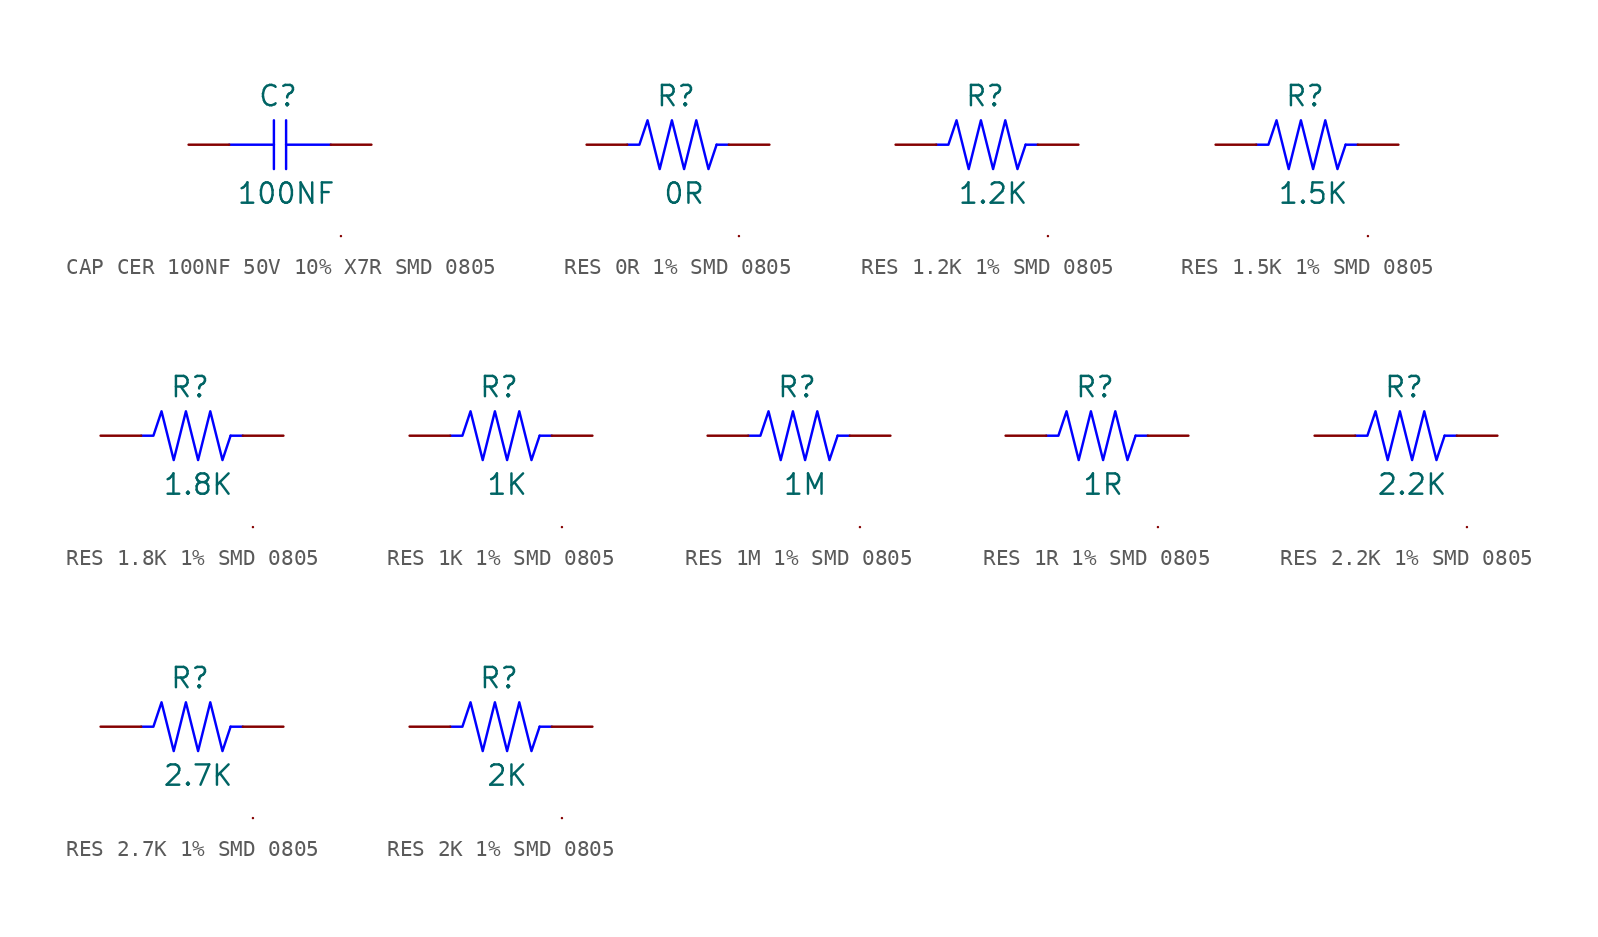
<source format=kicad_sym>
(kicad_symbol_lib
  (version 20231120)
  (generator "kicad_symbol_editor")
  (generator_version "8.0")
  (symbol "CAP CER 100NF 50V 10% X7R SMD 0805"
    (pin_numbers hide)
    (pin_names
      (offset 0) hide)
    (property "Reference" "C"
      (at -0.762 3.048 0)
      (effects (font (size 1.27 1.27))))
    (property "Value" "100NF"
      (at -0.254 -3.048 0)
      (effects (font (size 1.27 1.27))))
    (symbol "CAP CER 100NF 50V 10% X7R SMD 0805_0_1"
      (polyline (pts (xy -1.016 -1.524) (xy -1.016 1.524)) (stroke (width 0) (type default) (color 0 0 255 1)) (fill (type none)))
      (polyline (pts (xy -1.016 0) (xy -3.81 0)) (stroke (width 0) (type default) (color 0 0 255 1)) (fill (type none)))
      (polyline (pts (xy -0.254 0) (xy 2.54 0)) (stroke (width 0) (type default) (color 0 0 255 1)) (fill (type none)))
      (polyline (pts (xy -0.254 1.524) (xy -0.254 -1.524)) (stroke (width 0) (type default) (color 0 0 255 1)) (fill (type none)))
      (polyline (pts (xy 3.175 -5.715) (xy 3.175 -5.715)) (stroke (width 0) (type default)) (fill (type none))))
    (symbol "CAP CER 100NF 50V 10% X7R SMD 0805_1_1"
      (pin passive line (at -6.35 0 0) (length 2.54) (name "1" (effects (font (size 1.27 1.27)))) (number "1" (effects (font (size 1.27 1.27)))))
      (pin passive line (at 5.08 0 180) (length 2.54) (name "2" (effects (font (size 1.27 1.27)))) (number "2" (effects (font (size 1.27 1.27)))))))
  (symbol "RES 0R 1% SMD 0805"
    (pin_numbers hide)
    (pin_names
      (offset 0) hide)
    (property "Reference" "R"
      (at -0.762 3.048 0)
      (effects (font (size 1.27 1.27))))
    (property "Value" "0R"
      (at -0.254 -3.048 0)
      (effects (font (size 1.27 1.27))))
    (symbol "RES 0R 1% SMD 0805_0_1"
      (polyline (pts (xy 1.778 0) (xy 2.54 0)) (stroke (width 0) (type default) (color 0 0 255 1)) (fill (type none)))
      (polyline (pts (xy 3.175 -5.715) (xy 3.175 -5.715)) (stroke (width 0) (type default)) (fill (type none)))
      (polyline (pts (xy -3.81 0) (xy -3.048 0) (xy -2.54 1.524) (xy -1.778 -1.524) (xy -1.016 1.524) (xy -0.254 -1.524) (xy 0.508 1.524) (xy 1.27 -1.524) (xy 1.778 0)) (stroke (width 0) (type default) (color 0 0 255 1)) (fill (type none))))
    (symbol "RES 0R 1% SMD 0805_1_1"
      (pin passive line (at -6.35 0 0) (length 2.54) (name "1" (effects (font (size 1.27 1.27)))) (number "1" (effects (font (size 1.27 1.27)))))
      (pin passive line (at 5.08 0 180) (length 2.54) (name "2" (effects (font (size 1.27 1.27)))) (number "2" (effects (font (size 1.27 1.27)))))))
  (symbol "RES 1.2K 1% SMD 0805"
    (pin_numbers hide)
    (pin_names
      (offset 0) hide)
    (property "Reference" "R"
      (at -0.762 3.048 0)
      (effects (font (size 1.27 1.27))))
    (property "Value" "1.2K"
      (at -0.254 -3.048 0)
      (effects (font (size 1.27 1.27))))
    (symbol "RES 1.2K 1% SMD 0805_0_1"
      (polyline (pts (xy 1.778 0) (xy 2.54 0)) (stroke (width 0) (type default) (color 0 0 255 1)) (fill (type none)))
      (polyline (pts (xy 3.175 -5.715) (xy 3.175 -5.715)) (stroke (width 0) (type default)) (fill (type none)))
      (polyline (pts (xy -3.81 0) (xy -3.048 0) (xy -2.54 1.524) (xy -1.778 -1.524) (xy -1.016 1.524) (xy -0.254 -1.524) (xy 0.508 1.524) (xy 1.27 -1.524) (xy 1.778 0)) (stroke (width 0) (type default) (color 0 0 255 1)) (fill (type none))))
    (symbol "RES 1.2K 1% SMD 0805_1_1"
      (pin passive line (at -6.35 0 0) (length 2.54) (name "1" (effects (font (size 1.27 1.27)))) (number "1" (effects (font (size 1.27 1.27)))))
      (pin passive line (at 5.08 0 180) (length 2.54) (name "2" (effects (font (size 1.27 1.27)))) (number "2" (effects (font (size 1.27 1.27)))))))
  (symbol "RES 1.5K 1% SMD 0805"
    (pin_numbers hide)
    (pin_names
      (offset 0) hide)
    (property "Reference" "R"
      (at -0.762 3.048 0)
      (effects (font (size 1.27 1.27))))
    (property "Value" "1.5K"
      (at -0.254 -3.048 0)
      (effects (font (size 1.27 1.27))))
    (symbol "RES 1.5K 1% SMD 0805_0_1"
      (polyline (pts (xy 1.778 0) (xy 2.54 0)) (stroke (width 0) (type default) (color 0 0 255 1)) (fill (type none)))
      (polyline (pts (xy 3.175 -5.715) (xy 3.175 -5.715)) (stroke (width 0) (type default)) (fill (type none)))
      (polyline (pts (xy -3.81 0) (xy -3.048 0) (xy -2.54 1.524) (xy -1.778 -1.524) (xy -1.016 1.524) (xy -0.254 -1.524) (xy 0.508 1.524) (xy 1.27 -1.524) (xy 1.778 0)) (stroke (width 0) (type default) (color 0 0 255 1)) (fill (type none))))
    (symbol "RES 1.5K 1% SMD 0805_1_1"
      (pin passive line (at -6.35 0 0) (length 2.54) (name "1" (effects (font (size 1.27 1.27)))) (number "1" (effects (font (size 1.27 1.27)))))
      (pin passive line (at 5.08 0 180) (length 2.54) (name "2" (effects (font (size 1.27 1.27)))) (number "2" (effects (font (size 1.27 1.27)))))))
  (symbol "RES 1.8K 1% SMD 0805"
    (pin_numbers hide)
    (pin_names
      (offset 0) hide)
    (property "Reference" "R"
      (at -0.762 3.048 0)
      (effects (font (size 1.27 1.27))))
    (property "Value" "1.8K"
      (at -0.254 -3.048 0)
      (effects (font (size 1.27 1.27))))
    (symbol "RES 1.8K 1% SMD 0805_0_1"
      (polyline (pts (xy 1.778 0) (xy 2.54 0)) (stroke (width 0) (type default) (color 0 0 255 1)) (fill (type none)))
      (polyline (pts (xy 3.175 -5.715) (xy 3.175 -5.715)) (stroke (width 0) (type default)) (fill (type none)))
      (polyline (pts (xy -3.81 0) (xy -3.048 0) (xy -2.54 1.524) (xy -1.778 -1.524) (xy -1.016 1.524) (xy -0.254 -1.524) (xy 0.508 1.524) (xy 1.27 -1.524) (xy 1.778 0)) (stroke (width 0) (type default) (color 0 0 255 1)) (fill (type none))))
    (symbol "RES 1.8K 1% SMD 0805_1_1"
      (pin passive line (at -6.35 0 0) (length 2.54) (name "1" (effects (font (size 1.27 1.27)))) (number "1" (effects (font (size 1.27 1.27)))))
      (pin passive line (at 5.08 0 180) (length 2.54) (name "2" (effects (font (size 1.27 1.27)))) (number "2" (effects (font (size 1.27 1.27)))))))
  (symbol "RES 1K 1% SMD 0805"
    (pin_numbers hide)
    (pin_names
      (offset 0) hide)
    (property "Reference" "R"
      (at -0.762 3.048 0)
      (effects (font (size 1.27 1.27))))
    (property "Value" "1K"
      (at -0.254 -3.048 0)
      (effects (font (size 1.27 1.27))))
    (symbol "RES 1K 1% SMD 0805_0_1"
      (polyline (pts (xy 1.778 0) (xy 2.54 0)) (stroke (width 0) (type default) (color 0 0 255 1)) (fill (type none)))
      (polyline (pts (xy 3.175 -5.715) (xy 3.175 -5.715)) (stroke (width 0) (type default)) (fill (type none)))
      (polyline (pts (xy -3.81 0) (xy -3.048 0) (xy -2.54 1.524) (xy -1.778 -1.524) (xy -1.016 1.524) (xy -0.254 -1.524) (xy 0.508 1.524) (xy 1.27 -1.524) (xy 1.778 0)) (stroke (width 0) (type default) (color 0 0 255 1)) (fill (type none))))
    (symbol "RES 1K 1% SMD 0805_1_1"
      (pin passive line (at -6.35 0 0) (length 2.54) (name "1" (effects (font (size 1.27 1.27)))) (number "1" (effects (font (size 1.27 1.27)))))
      (pin passive line (at 5.08 0 180) (length 2.54) (name "2" (effects (font (size 1.27 1.27)))) (number "2" (effects (font (size 1.27 1.27)))))))
  (symbol "RES 1M 1% SMD 0805"
    (pin_numbers hide)
    (pin_names
      (offset 0) hide)
    (property "Reference" "R"
      (at -0.762 3.048 0)
      (effects (font (size 1.27 1.27))))
    (property "Value" "1M"
      (at -0.254 -3.048 0)
      (effects (font (size 1.27 1.27))))
    (symbol "RES 1M 1% SMD 0805_0_1"
      (polyline (pts (xy 1.778 0) (xy 2.54 0)) (stroke (width 0) (type default) (color 0 0 255 1)) (fill (type none)))
      (polyline (pts (xy 3.175 -5.715) (xy 3.175 -5.715)) (stroke (width 0) (type default)) (fill (type none)))
      (polyline (pts (xy -3.81 0) (xy -3.048 0) (xy -2.54 1.524) (xy -1.778 -1.524) (xy -1.016 1.524) (xy -0.254 -1.524) (xy 0.508 1.524) (xy 1.27 -1.524) (xy 1.778 0)) (stroke (width 0) (type default) (color 0 0 255 1)) (fill (type none))))
    (symbol "RES 1M 1% SMD 0805_1_1"
      (pin passive line (at -6.35 0 0) (length 2.54) (name "1" (effects (font (size 1.27 1.27)))) (number "1" (effects (font (size 1.27 1.27)))))
      (pin passive line (at 5.08 0 180) (length 2.54) (name "2" (effects (font (size 1.27 1.27)))) (number "2" (effects (font (size 1.27 1.27)))))))
  (symbol "RES 1R 1% SMD 0805"
    (pin_numbers hide)
    (pin_names
      (offset 0) hide)
    (property "Reference" "R"
      (at -0.762 3.048 0)
      (effects (font (size 1.27 1.27))))
    (property "Value" "1R"
      (at -0.254 -3.048 0)
      (effects (font (size 1.27 1.27))))
    (symbol "RES 1R 1% SMD 0805_0_1"
      (polyline (pts (xy 1.778 0) (xy 2.54 0)) (stroke (width 0) (type default) (color 0 0 255 1)) (fill (type none)))
      (polyline (pts (xy 3.175 -5.715) (xy 3.175 -5.715)) (stroke (width 0) (type default)) (fill (type none)))
      (polyline (pts (xy -3.81 0) (xy -3.048 0) (xy -2.54 1.524) (xy -1.778 -1.524) (xy -1.016 1.524) (xy -0.254 -1.524) (xy 0.508 1.524) (xy 1.27 -1.524) (xy 1.778 0)) (stroke (width 0) (type default) (color 0 0 255 1)) (fill (type none))))
    (symbol "RES 1R 1% SMD 0805_1_1"
      (pin passive line (at -6.35 0 0) (length 2.54) (name "1" (effects (font (size 1.27 1.27)))) (number "1" (effects (font (size 1.27 1.27)))))
      (pin passive line (at 5.08 0 180) (length 2.54) (name "2" (effects (font (size 1.27 1.27)))) (number "2" (effects (font (size 1.27 1.27)))))))
  (symbol "RES 2.2K 1% SMD 0805"
    (pin_numbers hide)
    (pin_names
      (offset 0) hide)
    (property "Reference" "R"
      (at -0.762 3.048 0)
      (effects (font (size 1.27 1.27))))
    (property "Value" "2.2K"
      (at -0.254 -3.048 0)
      (effects (font (size 1.27 1.27))))
    (symbol "RES 2.2K 1% SMD 0805_0_1"
      (polyline (pts (xy 1.778 0) (xy 2.54 0)) (stroke (width 0) (type default) (color 0 0 255 1)) (fill (type none)))
      (polyline (pts (xy 3.175 -5.715) (xy 3.175 -5.715)) (stroke (width 0) (type default)) (fill (type none)))
      (polyline (pts (xy -3.81 0) (xy -3.048 0) (xy -2.54 1.524) (xy -1.778 -1.524) (xy -1.016 1.524) (xy -0.254 -1.524) (xy 0.508 1.524) (xy 1.27 -1.524) (xy 1.778 0)) (stroke (width 0) (type default) (color 0 0 255 1)) (fill (type none))))
    (symbol "RES 2.2K 1% SMD 0805_1_1"
      (pin passive line (at -6.35 0 0) (length 2.54) (name "1" (effects (font (size 1.27 1.27)))) (number "1" (effects (font (size 1.27 1.27)))))
      (pin passive line (at 5.08 0 180) (length 2.54) (name "2" (effects (font (size 1.27 1.27)))) (number "2" (effects (font (size 1.27 1.27)))))))
  (symbol "RES 2.7K 1% SMD 0805"
    (pin_numbers hide)
    (pin_names
      (offset 0) hide)
    (property "Reference" "R"
      (at -0.762 3.048 0)
      (effects (font (size 1.27 1.27))))
    (property "Value" "2.7K"
      (at -0.254 -3.048 0)
      (effects (font (size 1.27 1.27))))
    (symbol "RES 2.7K 1% SMD 0805_0_1"
      (polyline (pts (xy 1.778 0) (xy 2.54 0)) (stroke (width 0) (type default) (color 0 0 255 1)) (fill (type none)))
      (polyline (pts (xy 3.175 -5.715) (xy 3.175 -5.715)) (stroke (width 0) (type default)) (fill (type none)))
      (polyline (pts (xy -3.81 0) (xy -3.048 0) (xy -2.54 1.524) (xy -1.778 -1.524) (xy -1.016 1.524) (xy -0.254 -1.524) (xy 0.508 1.524) (xy 1.27 -1.524) (xy 1.778 0)) (stroke (width 0) (type default) (color 0 0 255 1)) (fill (type none))))
    (symbol "RES 2.7K 1% SMD 0805_1_1"
      (pin passive line (at -6.35 0 0) (length 2.54) (name "1" (effects (font (size 1.27 1.27)))) (number "1" (effects (font (size 1.27 1.27)))))
      (pin passive line (at 5.08 0 180) (length 2.54) (name "2" (effects (font (size 1.27 1.27)))) (number "2" (effects (font (size 1.27 1.27)))))))
  (symbol "RES 2K 1% SMD 0805"
    (pin_numbers hide)
    (pin_names
      (offset 0) hide)
    (property "Reference" "R"
      (at -0.762 3.048 0)
      (effects (font (size 1.27 1.27))))
    (property "Value" "2K"
      (at -0.254 -3.048 0)
      (effects (font (size 1.27 1.27))))
    (symbol "RES 2K 1% SMD 0805_0_1"
      (polyline (pts (xy 1.778 0) (xy 2.54 0)) (stroke (width 0) (type default) (color 0 0 255 1)) (fill (type none)))
      (polyline (pts (xy 3.175 -5.715) (xy 3.175 -5.715)) (stroke (width 0) (type default)) (fill (type none)))
      (polyline (pts (xy -3.81 0) (xy -3.048 0) (xy -2.54 1.524) (xy -1.778 -1.524) (xy -1.016 1.524) (xy -0.254 -1.524) (xy 0.508 1.524) (xy 1.27 -1.524) (xy 1.778 0)) (stroke (width 0) (type default) (color 0 0 255 1)) (fill (type none))))
    (symbol "RES 2K 1% SMD 0805_1_1"
      (pin passive line (at -6.35 0 0) (length 2.54) (name "1" (effects (font (size 1.27 1.27)))) (number "1" (effects (font (size 1.27 1.27)))))
      (pin passive line (at 5.08 0 180) (length 2.54) (name "2" (effects (font (size 1.27 1.27)))) (number "2" (effects (font (size 1.27 1.27))))))))
</source>
